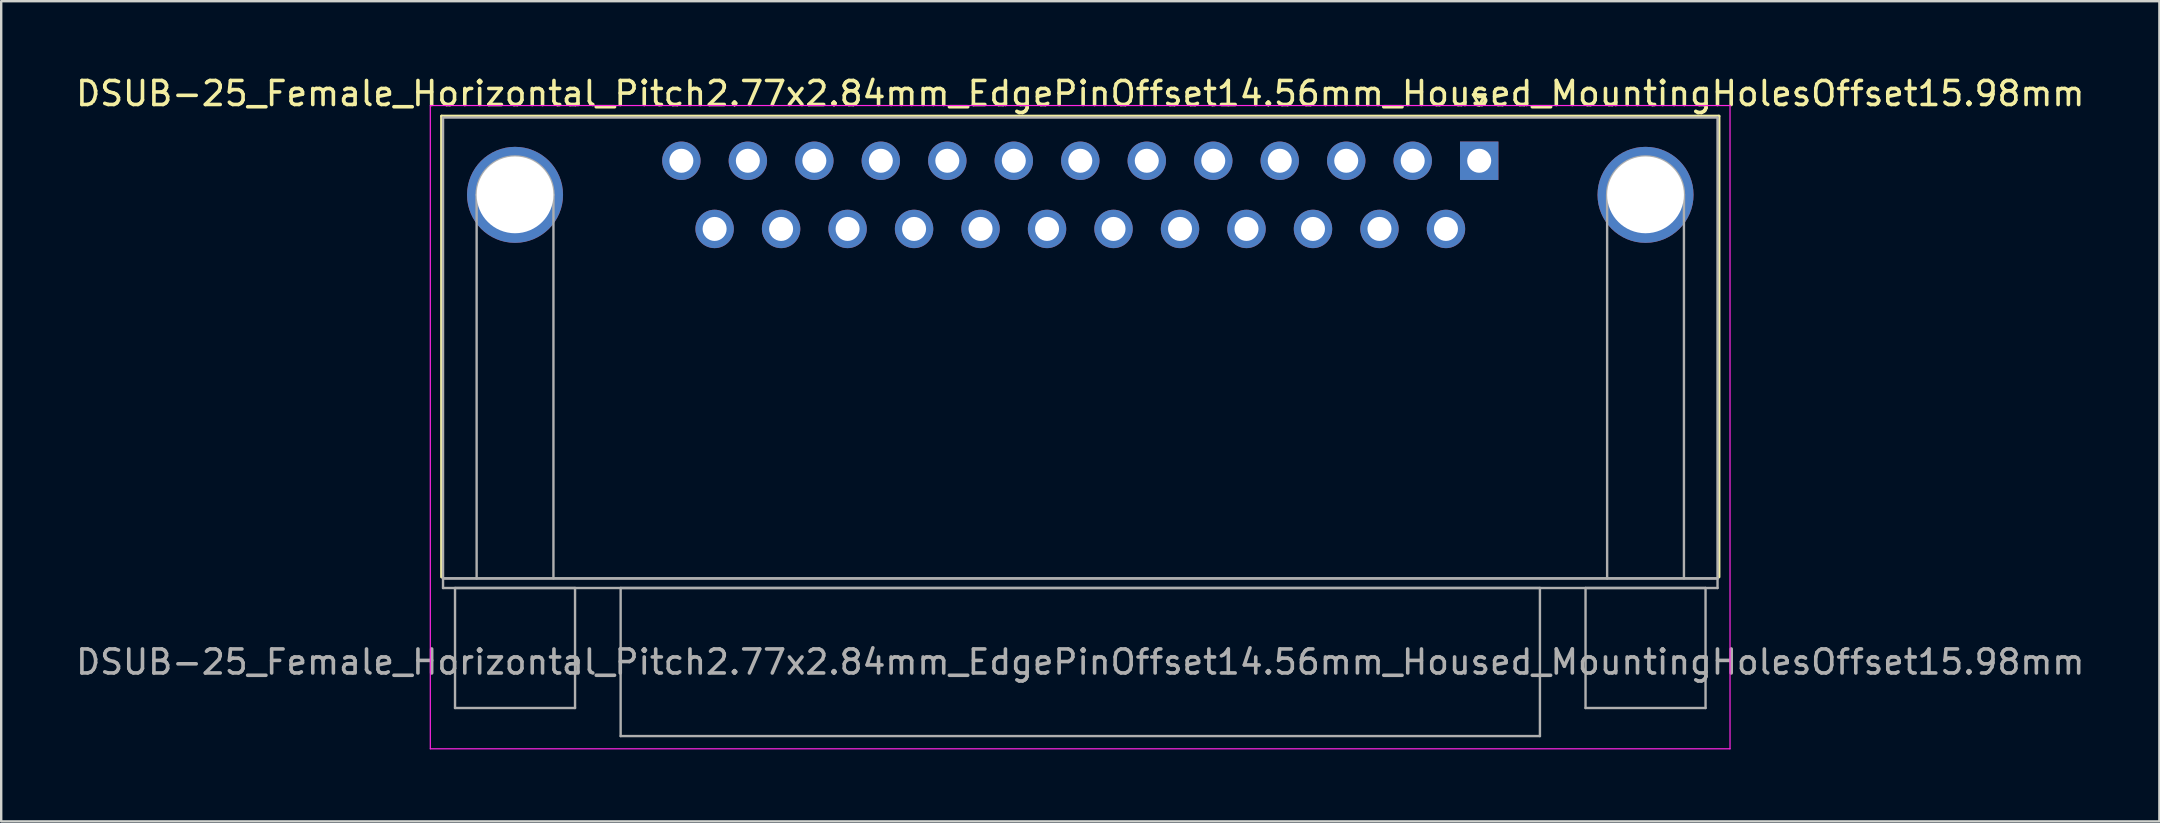
<source format=kicad_pcb>
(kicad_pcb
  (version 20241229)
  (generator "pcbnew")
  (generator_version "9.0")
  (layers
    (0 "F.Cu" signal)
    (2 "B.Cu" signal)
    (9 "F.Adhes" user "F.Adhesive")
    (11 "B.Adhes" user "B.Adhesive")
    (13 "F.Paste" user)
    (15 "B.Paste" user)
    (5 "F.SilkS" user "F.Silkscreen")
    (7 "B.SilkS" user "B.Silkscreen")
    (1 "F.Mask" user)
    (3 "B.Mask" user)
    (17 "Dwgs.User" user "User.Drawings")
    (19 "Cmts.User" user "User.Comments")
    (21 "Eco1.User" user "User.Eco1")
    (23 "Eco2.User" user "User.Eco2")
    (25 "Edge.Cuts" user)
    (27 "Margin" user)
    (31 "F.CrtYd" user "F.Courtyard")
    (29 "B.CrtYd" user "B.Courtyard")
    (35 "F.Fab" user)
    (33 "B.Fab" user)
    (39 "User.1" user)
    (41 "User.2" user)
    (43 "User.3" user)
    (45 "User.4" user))
  (footprint "DSUB-25_Female_Horizontal_Pitch2.77x2.84mm_EdgePinOffset14.56mm_Housed_MountingHolesOffset15.98mm"
    (layer "F.Cu")
    (at 58.578 3.648)
    (property "Reference" "DSUB-25_Female_Horizontal_Pitch2.77x2.84mm_EdgePinOffset14.56mm_Housed_MountingHolesOffset15.98mm" (at -16.62 -2.8 0) (layer "F.SilkS") (effects (font (size 1 1) (thickness 0.15))))
    (attr through_hole)
    (fp_line (start -43.23 -1.86) (end 9.99 -1.86) (stroke (width 0.12) (type solid)) (layer "F.SilkS"))
    (fp_line (start -43.23 17.34) (end -43.23 -1.86) (stroke (width 0.12) (type solid)) (layer "F.SilkS"))
    (fp_line (start -0.25 -2.754) (end 0.25 -2.754) (stroke (width 0.12) (type solid)) (layer "F.SilkS"))
    (fp_line (start 0 -2.321) (end -0.25 -2.754) (stroke (width 0.12) (type solid)) (layer "F.SilkS"))
    (fp_line (start 0.25 -2.754) (end 0 -2.321) (stroke (width 0.12) (type solid)) (layer "F.SilkS"))
    (fp_line (start 9.99 -1.86) (end 9.99 17.34) (stroke (width 0.12) (type solid)) (layer "F.SilkS"))
    (fp_line (start -43.7 -2.3) (end -43.7 24.5) (stroke (width 0.05) (type solid)) (layer "F.CrtYd"))
    (fp_line (start -43.7 24.5) (end 10.45 24.5) (stroke (width 0.05) (type solid)) (layer "F.CrtYd"))
    (fp_line (start 10.45 -2.3) (end -43.7 -2.3) (stroke (width 0.05) (type solid)) (layer "F.CrtYd"))
    (fp_line (start 10.45 24.5) (end 10.45 -2.3) (stroke (width 0.05) (type solid)) (layer "F.CrtYd"))
    (fp_line (start -43.17 -1.8) (end -43.17 17.4) (stroke (width 0.1) (type solid)) (layer "F.Fab"))
    (fp_line (start -43.17 17.4) (end -43.17 17.8) (stroke (width 0.1) (type solid)) (layer "F.Fab"))
    (fp_line (start -43.17 17.4) (end 9.93 17.4) (stroke (width 0.1) (type solid)) (layer "F.Fab"))
    (fp_line (start -43.17 17.8) (end 9.93 17.8) (stroke (width 0.1) (type solid)) (layer "F.Fab"))
    (fp_line (start -42.67 17.8) (end -42.67 22.8) (stroke (width 0.1) (type solid)) (layer "F.Fab"))
    (fp_line (start -42.67 22.8) (end -37.67 22.8) (stroke (width 0.1) (type solid)) (layer "F.Fab"))
    (fp_line (start -41.77 17.4) (end -41.77 1.42) (stroke (width 0.1) (type solid)) (layer "F.Fab"))
    (fp_line (start -38.57 17.4) (end -38.57 1.42) (stroke (width 0.1) (type solid)) (layer "F.Fab"))
    (fp_line (start -37.67 17.8) (end -42.67 17.8) (stroke (width 0.1) (type solid)) (layer "F.Fab"))
    (fp_line (start -37.67 22.8) (end -37.67 17.8) (stroke (width 0.1) (type solid)) (layer "F.Fab"))
    (fp_line (start -35.77 17.8) (end -35.77 23.97) (stroke (width 0.1) (type solid)) (layer "F.Fab"))
    (fp_line (start -35.77 23.97) (end 2.53 23.97) (stroke (width 0.1) (type solid)) (layer "F.Fab"))
    (fp_line (start 2.53 17.8) (end -35.77 17.8) (stroke (width 0.1) (type solid)) (layer "F.Fab"))
    (fp_line (start 2.53 23.97) (end 2.53 17.8) (stroke (width 0.1) (type solid)) (layer "F.Fab"))
    (fp_line (start 4.43 17.8) (end 4.43 22.8) (stroke (width 0.1) (type solid)) (layer "F.Fab"))
    (fp_line (start 4.43 22.8) (end 9.43 22.8) (stroke (width 0.1) (type solid)) (layer "F.Fab"))
    (fp_line (start 5.33 17.4) (end 5.33 1.42) (stroke (width 0.1) (type solid)) (layer "F.Fab"))
    (fp_line (start 8.53 17.4) (end 8.53 1.42) (stroke (width 0.1) (type solid)) (layer "F.Fab"))
    (fp_line (start 9.43 17.8) (end 4.43 17.8) (stroke (width 0.1) (type solid)) (layer "F.Fab"))
    (fp_line (start 9.43 22.8) (end 9.43 17.8) (stroke (width 0.1) (type solid)) (layer "F.Fab"))
    (fp_line (start 9.93 -1.8) (end -43.17 -1.8) (stroke (width 0.1) (type solid)) (layer "F.Fab"))
    (fp_line (start 9.93 17.4) (end -43.17 17.4) (stroke (width 0.1) (type solid)) (layer "F.Fab"))
    (fp_line (start 9.93 17.4) (end 9.93 -1.8) (stroke (width 0.1) (type solid)) (layer "F.Fab"))
    (fp_line (start 9.93 17.8) (end 9.93 17.4) (stroke (width 0.1) (type solid)) (layer "F.Fab"))
    (fp_arc (start -41.77 1.42) (mid -40.17 -0.18) (end -38.57 1.42) (stroke (width 0.1) (type solid)) (layer "F.Fab"))
    (fp_arc (start 5.33 1.42) (mid 6.93 -0.18) (end 8.53 1.42) (stroke (width 0.1) (type solid)) (layer "F.Fab"))
    (fp_text user "${REFERENCE}" (at -16.62 20.885 0) (layer "F.Fab") (effects (font (size 1 1) (thickness 0.15))))
    (pad "0" thru_hole circle (at -40.17 1.42) (size 4 4) (drill 3.2) (layers "*.Cu" "*.Mask"))
    (pad "0" thru_hole circle (at 6.93 1.42) (size 4 4) (drill 3.2) (layers "*.Cu" "*.Mask"))
    (pad "1" thru_hole rect (at 0 0) (size 1.6 1.6) (drill 1) (layers "*.Cu" "*.Mask"))
    (pad "2" thru_hole circle (at -2.77 0) (size 1.6 1.6) (drill 1) (layers "*.Cu" "*.Mask"))
    (pad "3" thru_hole circle (at -5.54 0) (size 1.6 1.6) (drill 1) (layers "*.Cu" "*.Mask"))
    (pad "4" thru_hole circle (at -8.31 0) (size 1.6 1.6) (drill 1) (layers "*.Cu" "*.Mask"))
    (pad "5" thru_hole circle (at -11.08 0) (size 1.6 1.6) (drill 1) (layers "*.Cu" "*.Mask"))
    (pad "6" thru_hole circle (at -13.85 0) (size 1.6 1.6) (drill 1) (layers "*.Cu" "*.Mask"))
    (pad "7" thru_hole circle (at -16.62 0) (size 1.6 1.6) (drill 1) (layers "*.Cu" "*.Mask"))
    (pad "8" thru_hole circle (at -19.39 0) (size 1.6 1.6) (drill 1) (layers "*.Cu" "*.Mask"))
    (pad "9" thru_hole circle (at -22.16 0) (size 1.6 1.6) (drill 1) (layers "*.Cu" "*.Mask"))
    (pad "10" thru_hole circle (at -24.93 0) (size 1.6 1.6) (drill 1) (layers "*.Cu" "*.Mask"))
    (pad "11" thru_hole circle (at -27.7 0) (size 1.6 1.6) (drill 1) (layers "*.Cu" "*.Mask"))
    (pad "12" thru_hole circle (at -30.47 0) (size 1.6 1.6) (drill 1) (layers "*.Cu" "*.Mask"))
    (pad "13" thru_hole circle (at -33.24 0) (size 1.6 1.6) (drill 1) (layers "*.Cu" "*.Mask"))
    (pad "14" thru_hole circle (at -1.385 2.84) (size 1.6 1.6) (drill 1) (layers "*.Cu" "*.Mask"))
    (pad "15" thru_hole circle (at -4.155 2.84) (size 1.6 1.6) (drill 1) (layers "*.Cu" "*.Mask"))
    (pad "16" thru_hole circle (at -6.925 2.84) (size 1.6 1.6) (drill 1) (layers "*.Cu" "*.Mask"))
    (pad "17" thru_hole circle (at -9.695 2.84) (size 1.6 1.6) (drill 1) (layers "*.Cu" "*.Mask"))
    (pad "18" thru_hole circle (at -12.465 2.84) (size 1.6 1.6) (drill 1) (layers "*.Cu" "*.Mask"))
    (pad "19" thru_hole circle (at -15.235 2.84) (size 1.6 1.6) (drill 1) (layers "*.Cu" "*.Mask"))
    (pad "20" thru_hole circle (at -18.005 2.84) (size 1.6 1.6) (drill 1) (layers "*.Cu" "*.Mask"))
    (pad "21" thru_hole circle (at -20.775 2.84) (size 1.6 1.6) (drill 1) (layers "*.Cu" "*.Mask"))
    (pad "22" thru_hole circle (at -23.545 2.84) (size 1.6 1.6) (drill 1) (layers "*.Cu" "*.Mask"))
    (pad "23" thru_hole circle (at -26.315 2.84) (size 1.6 1.6) (drill 1) (layers "*.Cu" "*.Mask"))
    (pad "24" thru_hole circle (at -29.085 2.84) (size 1.6 1.6) (drill 1) (layers "*.Cu" "*.Mask"))
    (pad "25" thru_hole circle (at -31.855 2.84) (size 1.6 1.6) (drill 1) (layers "*.Cu" "*.Mask")))
  (gr_rect
    (start -3 -3)
    (end 86.917 31.173)
    (stroke (width 0.1) (type default))
    (fill no)
    (layer "Edge.Cuts")))
</source>
